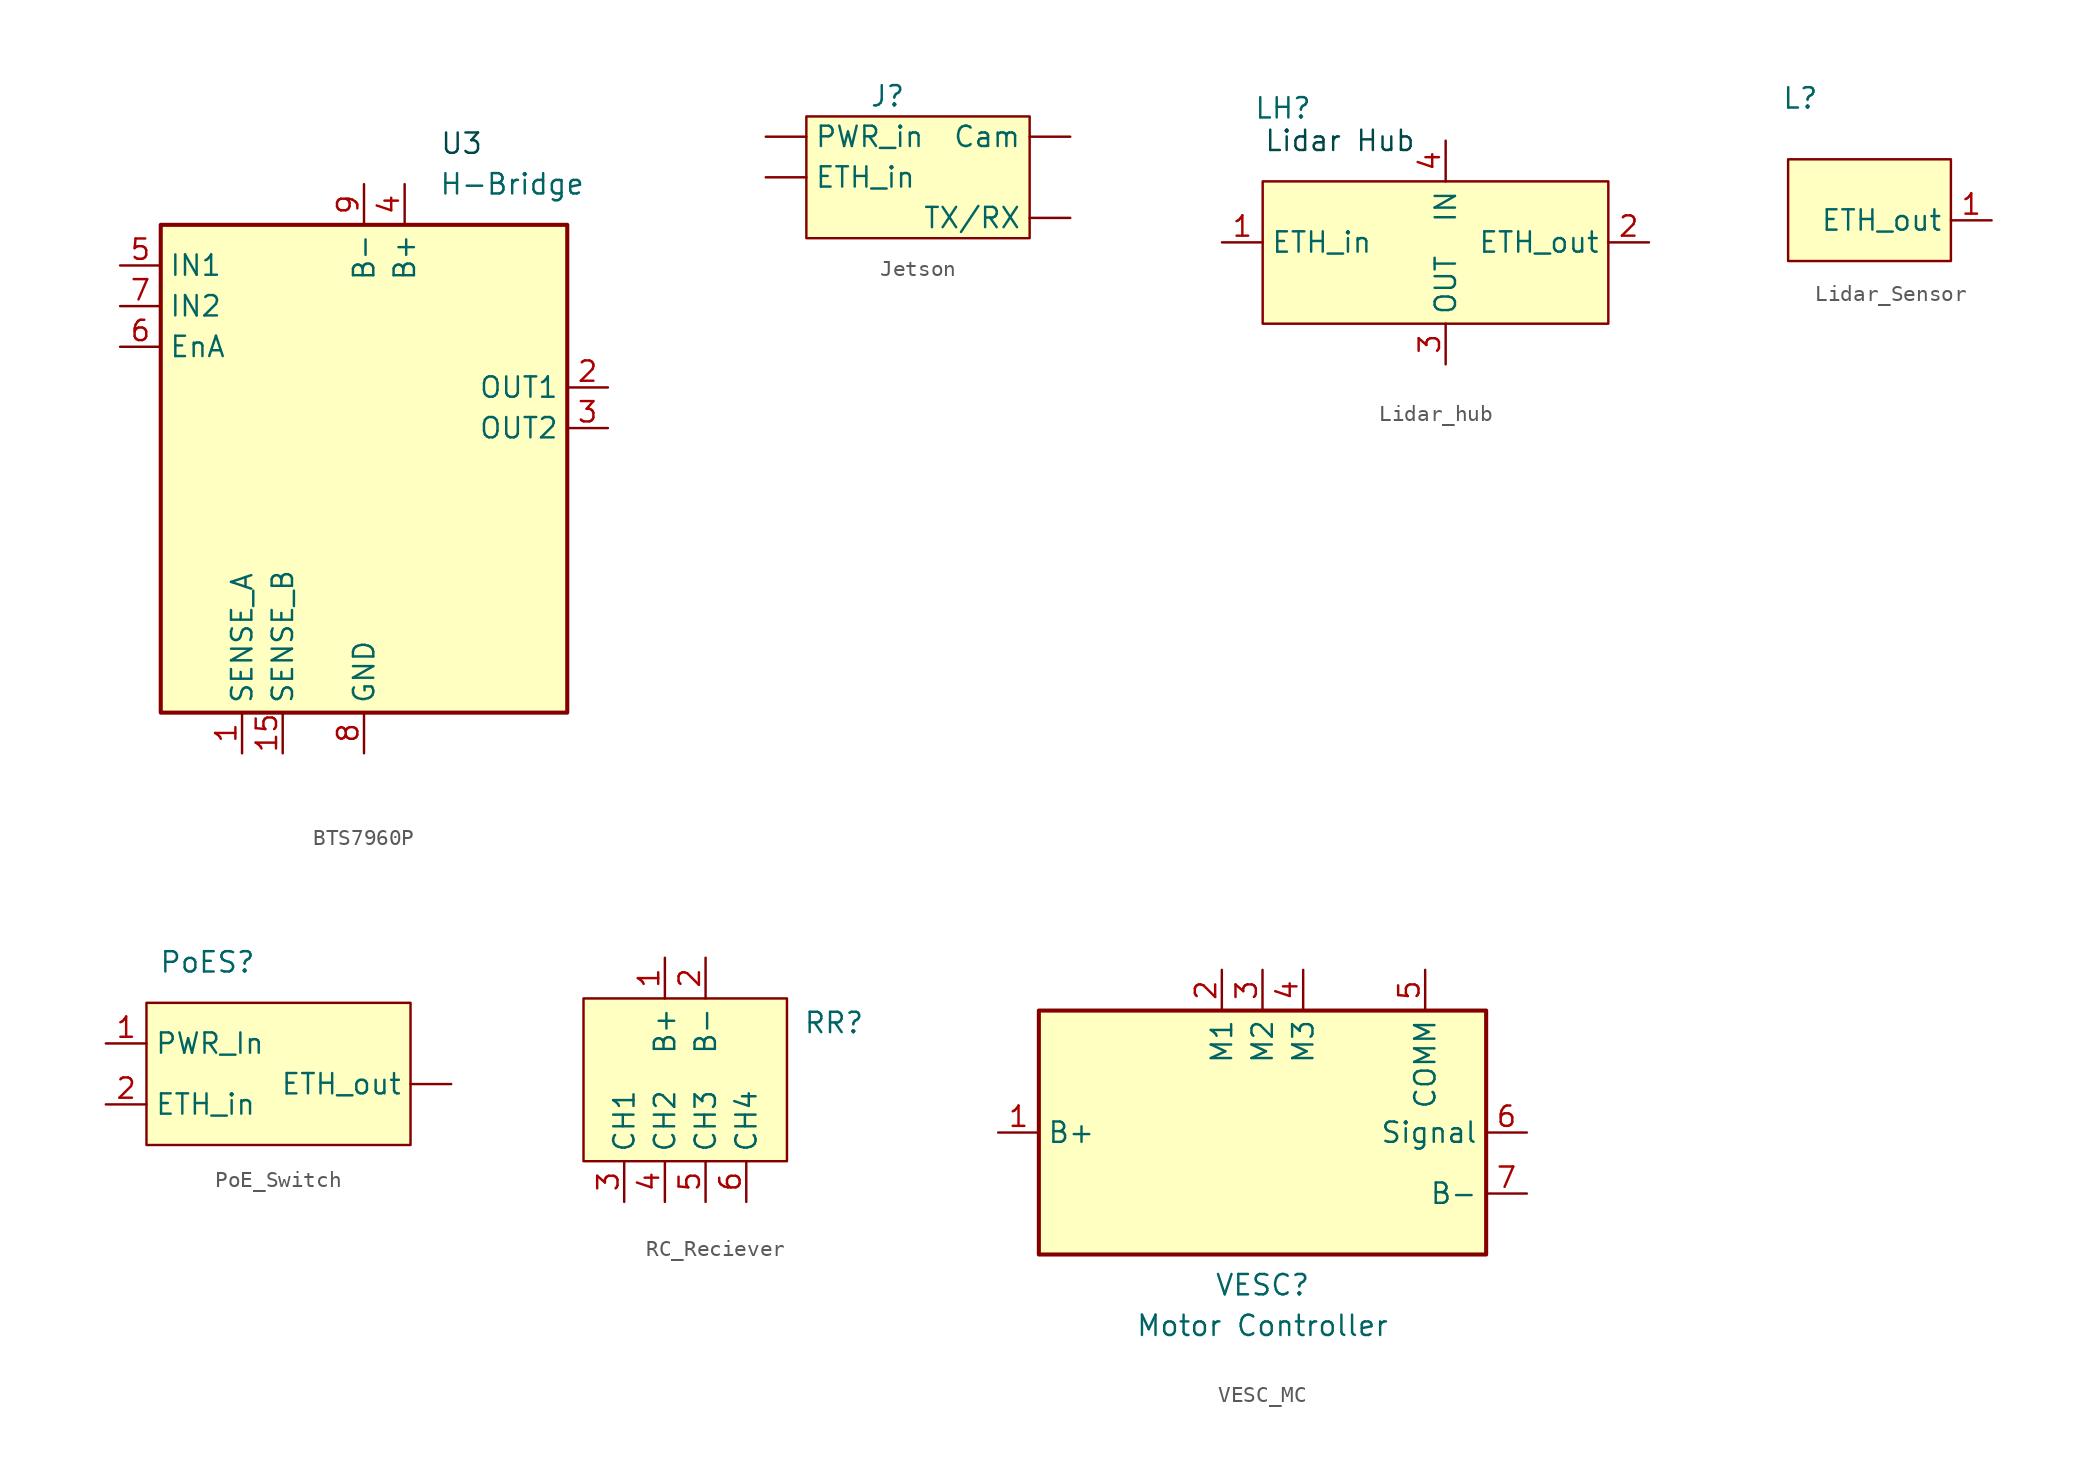
<source format=kicad_sym>
(kicad_symbol_lib
  (version 20241209)
  (generator "kicad_symbol_editor")
  (generator_version "9.0")
  (symbol "BTS7960P"
    (property "Reference" "U3"
      (at 17.526 19.812 0)
      (effects (font (size 1.27 1.27)) (justify left) (hide yes)))
    (property "Value" "H-Bridge"
      (at 4.683 17.78 0)
      (effects (font (size 1.27 1.27)) (justify left)))
    (symbol "BTS7960P_0_1"
      (rectangle (start -12.7 15.24) (end 12.7 -15.24) (stroke (width 0.254) (type default)) (fill (type background))))
    (symbol "BTS7960P_1_1"
      (text "U3" (at 6.096 20.32 0) (effects (font (size 1.27 1.27) (color 0 72 72 1))))
      (pin input line (at -15.24 12.7 0) (length 2.54) (name "IN1" (effects (font (size 1.27 1.27)))) (number "5" (effects (font (size 1.27 1.27)))))
      (pin input line (at -15.24 10.16 0) (length 2.54) (name "IN2" (effects (font (size 1.27 1.27)))) (number "7" (effects (font (size 1.27 1.27)))))
      (pin input line (at -15.24 7.62 0) (length 2.54) (name "EnA" (effects (font (size 1.27 1.27)))) (number "6" (effects (font (size 1.27 1.27)))))
      (pin input line (at -7.62 -17.78 90) (length 2.54) (name "SENSE_A" (effects (font (size 1.27 1.27)))) (number "1" (effects (font (size 1.27 1.27)))))
      (pin input line (at -5.08 -17.78 90) (length 2.54) (name "SENSE_B" (effects (font (size 1.27 1.27)))) (number "15" (effects (font (size 1.27 1.27)))))
      (pin power_in line (at 0 17.78 270) (length 2.54) (name "B-" (effects (font (size 1.27 1.27)))) (number "9" (effects (font (size 1.27 1.27)))))
      (pin power_in line (at 0 -17.78 90) (length 2.54) (name "GND" (effects (font (size 1.27 1.27)))) (number "8" (effects (font (size 1.27 1.27)))))
      (pin power_in line (at 2.54 17.78 270) (length 2.54) (name "B+" (effects (font (size 1.27 1.27)))) (number "4" (effects (font (size 1.27 1.27)))))
      (pin output line (at 15.24 5.08 180) (length 2.54) (name "OUT1" (effects (font (size 1.27 1.27)))) (number "2" (effects (font (size 1.27 1.27)))))
      (pin output line (at 15.24 2.54 180) (length 2.54) (name "OUT2" (effects (font (size 1.27 1.27)))) (number "3" (effects (font (size 1.27 1.27)))))))
  (symbol "Jetson"
    (property "Reference" "J"
      (at 0 0 0)
      (effects (font (size 1.27 1.27))))
    (property "Value" ""
      (at 0 0 0)
      (effects (font (size 1.27 1.27))))
    (symbol "Jetson_0_1"
      (rectangle (start -5.08 -1.27) (end 8.89 -8.89) (stroke (width 0) (type default)) (fill (type color) (color 255 255 194 1))))
    (symbol "Jetson_1_1"
      (pin input line (at -7.62 -2.54 0) (length 2.54) (name "PWR_in" (effects (font (size 1.27 1.27)))) (number "" (effects (font (size 1.27 1.27)))))
      (pin input line (at -7.62 -5.08 0) (length 2.54) (name "ETH_in" (effects (font (size 1.27 1.27)))) (number "" (effects (font (size 1.27 1.27)))))
      (pin input line (at 11.43 -2.54 180) (length 2.54) (name "Cam" (effects (font (size 1.27 1.27)))) (number "" (effects (font (size 1.27 1.27)))))
      (pin input line (at 11.43 -7.62 180) (length 2.54) (name "TX/RX" (effects (font (size 1.27 1.27)))) (number "" (effects (font (size 1.27 1.27)))))))
  (symbol "Lidar_hub"
    (property "Reference" "LH"
      (at -10.16 8.382 0)
      (effects (font (size 1.27 1.27))))
    (property "Value" ""
      (at -7.62 5.08 0)
      (effects (font (size 1.27 1.27))))
    (symbol "Lidar_hub_0_1"
      (rectangle (start -11.43 3.81) (end 10.16 -5.08) (stroke (width 0) (type default)) (fill (type color) (color 255 255 194 1))))
    (symbol "Lidar_hub_1_1"
      (text "Lidar Hub\n" (at -6.604 6.35 0) (effects (font (size 1.27 1.27) (color 0 72 72 1))))
      (pin input line (at -13.97 0 0) (length 2.54) (name "ETH_in" (effects (font (size 1.27 1.27)))) (number "1" (effects (font (size 1.27 1.27)))))
      (pin input line (at 0 6.35 270) (length 2.54) (name "IN" (effects (font (size 1.27 1.27)))) (number "4" (effects (font (size 1.27 1.27)))))
      (pin output line (at 0 -7.62 90) (length 2.54) (name "OUT" (effects (font (size 1.27 1.27)))) (number "3" (effects (font (size 1.27 1.27)))))
      (pin input line (at 12.7 0 180) (length 2.54) (name "ETH_out" (effects (font (size 1.27 1.27)))) (number "2" (effects (font (size 1.27 1.27)))))))
  (symbol "Lidar_Sensor"
    (property "Reference" "L"
      (at -3.048 6.35 0)
      (effects (font (size 1.27 1.27))))
    (property "Value" ""
      (at -3.81 2.54 0)
      (effects (font (size 1.27 1.27))))
    (property "ki_locked" ""
      (at 0 0 0)
      (effects (font (size 1.27 1.27))))
    (symbol "Lidar_Sensor_1_1"
      (rectangle (start -3.81 2.54) (end 6.35 -3.81) (stroke (width 0) (type default)) (fill (type color) (color 255 255 194 1)))
      (pin input line (at 8.89 -1.27 180) (length 2.54) (name "ETH_out" (effects (font (size 1.27 1.27)))) (number "1" (effects (font (size 1.27 1.27)))))))
  (symbol "PoE_Switch"
    (property "Reference" "PoES"
      (at 0 0 0)
      (effects (font (size 1.27 1.27))))
    (property "Value" ""
      (at 0 0 0)
      (effects (font (size 1.27 1.27))))
    (symbol "PoE_Switch_0_1"
      (rectangle (start -3.81 -2.54) (end 12.7 -11.43) (stroke (width 0) (type default)) (fill (type color) (color 255 255 194 1))))
    (symbol "PoE_Switch_1_1"
      (pin output line (at -6.35 -5.08 0) (length 2.54) (name "PWR_In" (effects (font (size 1.27 1.27)))) (number "1" (effects (font (size 1.27 1.27)))))
      (pin input line (at -6.35 -8.89 0) (length 2.54) (name "ETH_in" (effects (font (size 1.27 1.27)))) (number "2" (effects (font (size 1.27 1.27)))))
      (pin input line (at 15.24 -7.62 180) (length 2.54) (name "ETH_out" (effects (font (size 1.27 1.27)))) (number "" (effects (font (size 1.27 1.27)))))))
  (symbol "RC_Reciever"
    (property "Reference" "RR"
      (at 11.176 -4.064 0)
      (effects (font (size 1.27 1.27)) (justify left)))
    (property "Value" ""
      (at 0 0 0)
      (effects (font (size 1.27 1.27))))
    (symbol "RC_Reciever_0_1"
      (rectangle (start -2.54 -2.54) (end 10.16 -12.7) (stroke (width 0) (type default)) (fill (type color) (color 255 255 194 1))))
    (symbol "RC_Reciever_1_1"
      (pin input line (at 0 -15.24 90) (length 2.54) (name "CH1" (effects (font (size 1.27 1.27)))) (number "3" (effects (font (size 1.27 1.27)))))
      (pin input line (at 2.54 0 270) (length 2.54) (name "B+" (effects (font (size 1.27 1.27)))) (number "1" (effects (font (size 1.27 1.27)))))
      (pin input line (at 2.54 -15.24 90) (length 2.54) (name "CH2" (effects (font (size 1.27 1.27)))) (number "4" (effects (font (size 1.27 1.27)))))
      (pin input line (at 5.08 0 270) (length 2.54) (name "B-" (effects (font (size 1.27 1.27)))) (number "2" (effects (font (size 1.27 1.27)))))
      (pin input line (at 5.08 -15.24 90) (length 2.54) (name "CH3" (effects (font (size 1.27 1.27)))) (number "5" (effects (font (size 1.27 1.27)))))
      (pin input line (at 7.62 -15.24 90) (length 2.54) (name "CH4" (effects (font (size 1.27 1.27)))) (number "6" (effects (font (size 1.27 1.27)))))))
  (symbol "VESC_MC"
    (property "Reference" "VESC"
      (at -4.445 -3.81 0)
      (effects (font (size 1.27 1.27))))
    (property "Value" "Motor Controller"
      (at -4.445 -6.35 0)
      (effects (font (size 1.27 1.27))))
    (symbol "VESC_MC_0_1"
      (rectangle (start 9.525 13.335) (end -18.415 -1.905) (stroke (width 0.254) (type default)) (fill (type background))))
    (symbol "VESC_MC_1_1"
      (pin bidirectional line (at -20.955 5.715 0) (length 2.54) (name "B+" (effects (font (size 1.27 1.27)))) (number "1" (effects (font (size 1.27 1.27)))))
      (pin bidirectional line (at -6.985 15.875 270) (length 2.54) (name "M1" (effects (font (size 1.27 1.27)))) (number "2" (effects (font (size 1.27 1.27)))))
      (pin bidirectional line (at -4.445 15.875 270) (length 2.54) (name "M2" (effects (font (size 1.27 1.27)))) (number "3" (effects (font (size 1.27 1.27)))))
      (pin bidirectional line (at -1.905 15.875 270) (length 2.54) (name "M3" (effects (font (size 1.27 1.27)))) (number "4" (effects (font (size 1.27 1.27)))))
      (pin bidirectional line (at 5.715 15.875 270) (length 2.54) (name "COMM" (effects (font (size 1.27 1.27)))) (number "5" (effects (font (size 1.27 1.27)))))
      (pin bidirectional line (at 12.065 5.715 180) (length 2.54) (name "Signal" (effects (font (size 1.27 1.27)))) (number "6" (effects (font (size 1.27 1.27)))))
      (pin bidirectional line (at 12.065 1.905 180) (length 2.54) (name "B-" (effects (font (size 1.27 1.27)))) (number "7" (effects (font (size 1.27 1.27))))))))
</source>
